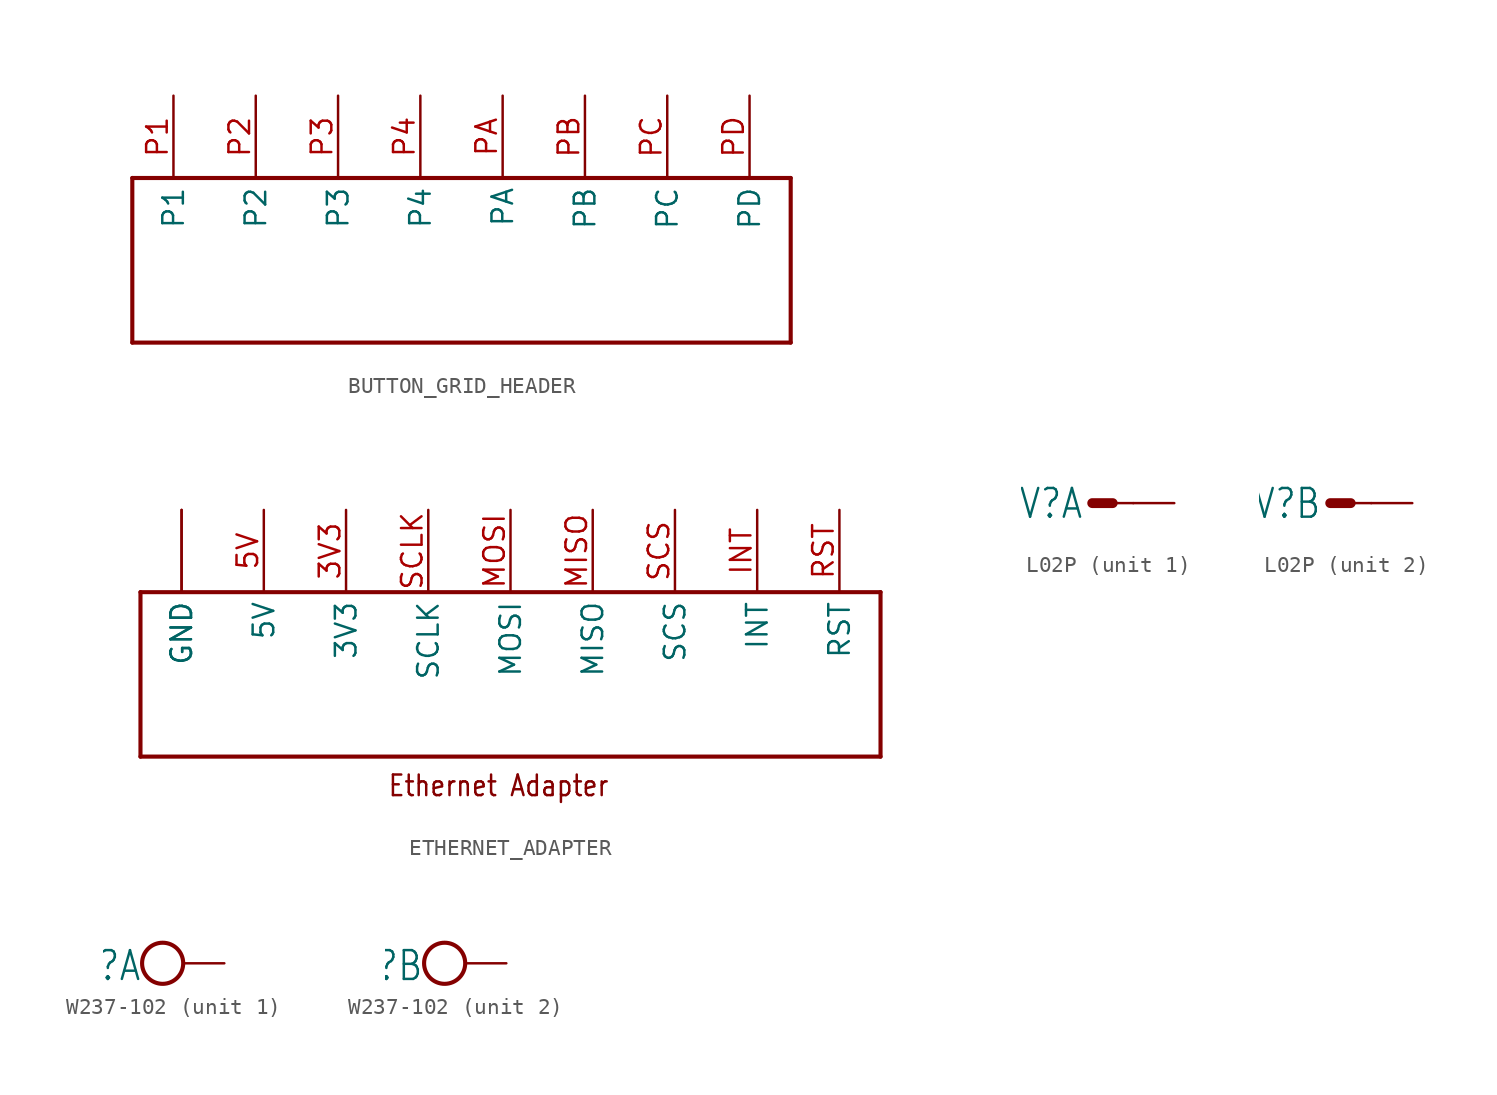
<source format=kicad_sym>
(kicad_symbol_lib
  (version 20231120)
  (generator "kicad_symbol_editor")
  (generator_version "8.0")
  (symbol "BUTTON_GRID_HEADER"
    (property "Reference" ""
      (at 0 0 0)
      (effects (font (size 1.27 1.27)) (hide yes)))
    (property "ki_locked" ""
      (at 0 0 0)
      (effects (font (size 1.27 1.27))))
    (symbol "BUTTON_GRID_HEADER_1_0"
      (polyline (pts (xy -20.32 -5.08) (xy -20.32 5.08)) (stroke (width 0.254) (type solid)) (fill (type none)))
      (polyline (pts (xy -20.32 5.08) (xy 20.32 5.08)) (stroke (width 0.254) (type solid)) (fill (type none)))
      (polyline (pts (xy 20.32 -5.08) (xy -20.32 -5.08)) (stroke (width 0.254) (type solid)) (fill (type none)))
      (polyline (pts (xy 20.32 5.08) (xy 20.32 -5.08)) (stroke (width 0.254) (type solid)) (fill (type none)))
      (pin bidirectional line (at -17.78 10.16 270) (length 5.08) (name "P1" (effects (font (size 1.27 1.27)))) (number "P1" (effects (font (size 1.27 1.27)))))
      (pin bidirectional line (at -12.7 10.16 270) (length 5.08) (name "P2" (effects (font (size 1.27 1.27)))) (number "P2" (effects (font (size 1.27 1.27)))))
      (pin bidirectional line (at -7.62 10.16 270) (length 5.08) (name "P3" (effects (font (size 1.27 1.27)))) (number "P3" (effects (font (size 1.27 1.27)))))
      (pin bidirectional line (at -2.54 10.16 270) (length 5.08) (name "P4" (effects (font (size 1.27 1.27)))) (number "P4" (effects (font (size 1.27 1.27)))))
      (pin bidirectional line (at 2.54 10.16 270) (length 5.08) (name "PA" (effects (font (size 1.27 1.27)))) (number "PA" (effects (font (size 1.27 1.27)))))
      (pin bidirectional line (at 7.62 10.16 270) (length 5.08) (name "PB" (effects (font (size 1.27 1.27)))) (number "PB" (effects (font (size 1.27 1.27)))))
      (pin bidirectional line (at 12.7 10.16 270) (length 5.08) (name "PC" (effects (font (size 1.27 1.27)))) (number "PC" (effects (font (size 1.27 1.27)))))
      (pin bidirectional line (at 17.78 10.16 270) (length 5.08) (name "PD" (effects (font (size 1.27 1.27)))) (number "PD" (effects (font (size 1.27 1.27)))))))
  (symbol "ETHERNET_ADAPTER"
    (property "Reference" ""
      (at 0 0 0)
      (effects (font (size 1.27 1.27)) (hide yes)))
    (property "ki_locked" ""
      (at 0 0 0)
      (effects (font (size 1.27 1.27))))
    (symbol "ETHERNET_ADAPTER_1_0"
      (polyline (pts (xy -22.86 -5.08) (xy -22.86 5.08)) (stroke (width 0.254) (type solid)) (fill (type none)))
      (polyline (pts (xy -22.86 5.08) (xy 22.86 5.08)) (stroke (width 0.254) (type solid)) (fill (type none)))
      (polyline (pts (xy 22.86 -5.08) (xy -22.86 -5.08)) (stroke (width 0.254) (type solid)) (fill (type none)))
      (polyline (pts (xy 22.86 5.08) (xy 22.86 -5.08)) (stroke (width 0.254) (type solid)) (fill (type none)))
      (text "Ethernet Adapter" (at -7.62 -7.62 0) (effects (font (size 1.27 1.079)) (justify left bottom)))
      (pin bidirectional line (at -10.16 10.16 270) (length 5.08) (name "3V3" (effects (font (size 1.27 1.27)))) (number "3V3" (effects (font (size 1.27 1.27)))))
      (pin bidirectional line (at -15.24 10.16 270) (length 5.08) (name "5V" (effects (font (size 1.27 1.27)))) (number "5V" (effects (font (size 1.27 1.27)))))
      (pin bidirectional line (at -20.32 10.16 270) (length 5.08) (name "GND" (effects (font (size 1.27 1.27)))) (number "GND@1" (effects (font (size 0 0)))))
      (pin bidirectional line (at -20.32 10.16 270) (length 5.08) (name "GND" (effects (font (size 1.27 1.27)))) (number "GND@2" (effects (font (size 0 0)))))
      (pin bidirectional line (at 15.24 10.16 270) (length 5.08) (name "INT" (effects (font (size 1.27 1.27)))) (number "INT" (effects (font (size 1.27 1.27)))))
      (pin bidirectional line (at 5.08 10.16 270) (length 5.08) (name "MISO" (effects (font (size 1.27 1.27)))) (number "MISO" (effects (font (size 1.27 1.27)))))
      (pin bidirectional line (at 0 10.16 270) (length 5.08) (name "MOSI" (effects (font (size 1.27 1.27)))) (number "MOSI" (effects (font (size 1.27 1.27)))))
      (pin bidirectional line (at 20.32 10.16 270) (length 5.08) (name "RST" (effects (font (size 1.27 1.27)))) (number "RST" (effects (font (size 1.27 1.27)))))
      (pin bidirectional line (at -5.08 10.16 270) (length 5.08) (name "SCLK" (effects (font (size 1.27 1.27)))) (number "SCLK" (effects (font (size 1.27 1.27)))))
      (pin bidirectional line (at 10.16 10.16 270) (length 5.08) (name "SCS" (effects (font (size 1.27 1.27)))) (number "SCS" (effects (font (size 1.27 1.27)))))))
  (symbol "L02P"
    (property "Reference" "SV"
      (at -0.508 1.016 0)
      (effects (font (size 1.778 1.511)) (justify right top)))
    (property "Value" ""
      (at 0.254 -2.413 0)
      (effects (font (size 1.778 1.511)) (justify left bottom)))
    (property "ki_locked" ""
      (at 0 0 0)
      (effects (font (size 1.27 1.27))))
    (symbol "L02P_1_0"
      (polyline (pts (xy 0 0) (xy 1.27 0)) (stroke (width 0.61) (type solid)) (fill (type none)))
      (polyline (pts (xy 1.27 0) (xy 2.54 0)) (stroke (width 0.152) (type solid)) (fill (type none)))
      (pin passive line (at 5.08 0 180) (length 2.54) (name "S" (effects (font (size 0 0)))) (number "1" (effects (font (size 0 0))))))
    (symbol "L02P_2_0"
      (polyline (pts (xy 0 0) (xy 1.27 0)) (stroke (width 0.61) (type solid)) (fill (type none)))
      (polyline (pts (xy 1.27 0) (xy 2.54 0)) (stroke (width 0.152) (type solid)) (fill (type none)))
      (pin passive line (at 5.08 0 180) (length 2.54) (name "S" (effects (font (size 0 0)))) (number "2" (effects (font (size 0 0)))))))
  (symbol "W237-102"
    (property "Reference" "X"
      (at 0 0.889 0)
      (effects (font (size 1.778 1.511)) (justify right top)))
    (property "ki_locked" ""
      (at 0 0 0)
      (effects (font (size 1.27 1.27))))
    (symbol "W237-102_1_0"
      (circle (center 1.27 0) (radius 1.27) (stroke (width 0.254) (type solid)) (fill (type none)))
      (pin passive line (at 5.08 0 180) (length 2.54) (name "KL" (effects (font (size 0 0)))) (number "1" (effects (font (size 0 0))))))
    (symbol "W237-102_2_0"
      (circle (center 1.27 0) (radius 1.27) (stroke (width 0.254) (type solid)) (fill (type none)))
      (pin passive line (at 5.08 0 180) (length 2.54) (name "KL" (effects (font (size 0 0)))) (number "2" (effects (font (size 0 0))))))))
</source>
